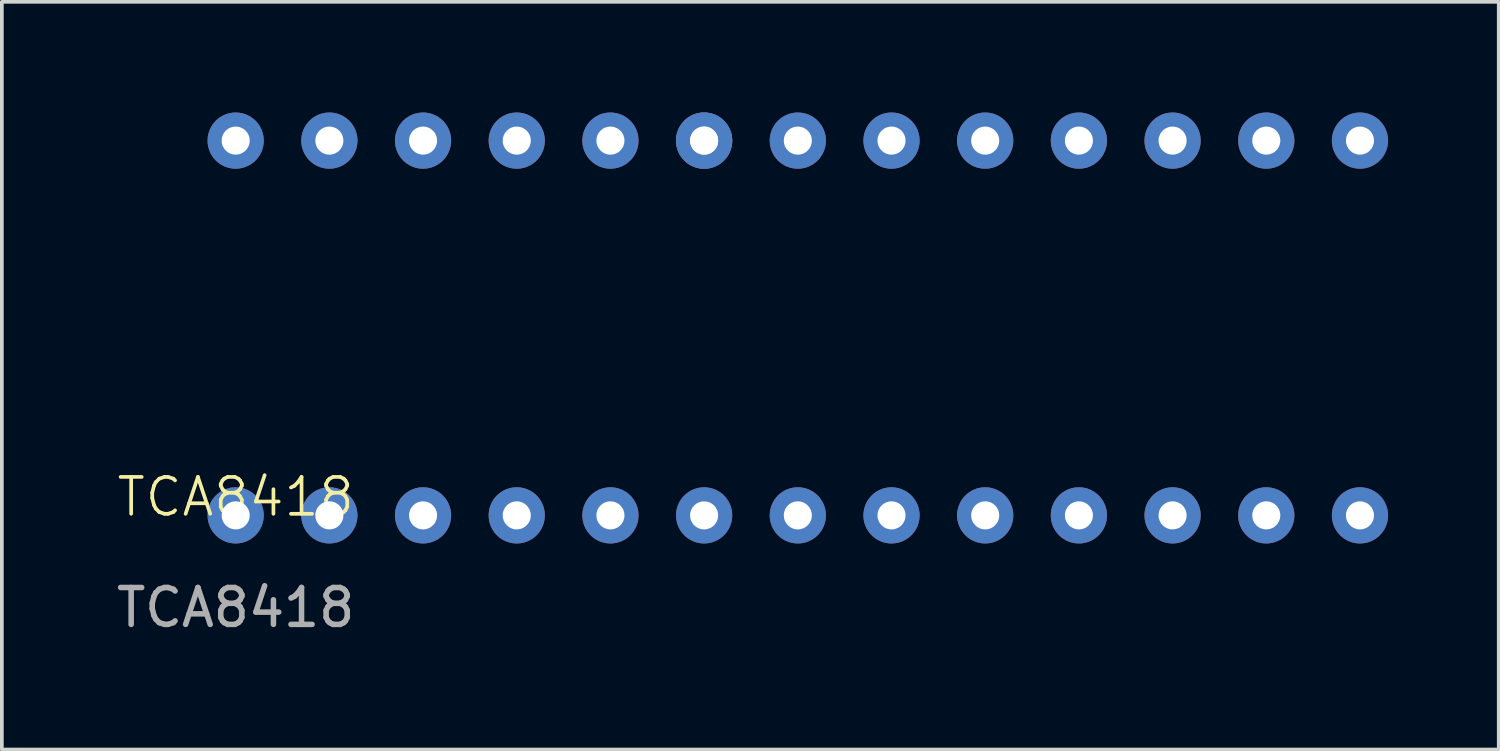
<source format=kicad_pcb>
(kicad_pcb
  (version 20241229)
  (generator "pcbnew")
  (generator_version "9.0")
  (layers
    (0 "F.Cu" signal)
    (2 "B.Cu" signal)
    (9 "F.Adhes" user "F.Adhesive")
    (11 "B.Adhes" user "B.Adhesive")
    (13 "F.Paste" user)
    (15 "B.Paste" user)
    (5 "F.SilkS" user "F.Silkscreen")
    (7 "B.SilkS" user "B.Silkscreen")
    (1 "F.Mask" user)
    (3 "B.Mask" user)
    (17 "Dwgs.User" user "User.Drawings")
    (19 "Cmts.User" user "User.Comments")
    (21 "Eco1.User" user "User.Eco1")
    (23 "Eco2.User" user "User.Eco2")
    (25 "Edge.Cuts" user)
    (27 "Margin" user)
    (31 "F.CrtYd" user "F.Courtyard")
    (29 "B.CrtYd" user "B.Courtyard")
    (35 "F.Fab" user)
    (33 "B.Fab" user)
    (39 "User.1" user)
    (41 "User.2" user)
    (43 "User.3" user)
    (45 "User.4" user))
  (footprint "TCA8418"
    (layer "F.Cu")
    (at 3.339 10.922)
    (property "Reference" "TCA8418" (at 0 -0.5 0) (unlocked yes) (layer "F.SilkS") (effects (font (size 1 1) (thickness 0.1))))
    (attr through_hole)
    (fp_text user "${REFERENCE}" (at 0 2.5 0) (unlocked yes) (layer "F.Fab") (effects (font (size 1 1) (thickness 0.15))))
    (pad "1" thru_hole circle (at 0 0) (size 1.524 1.524) (drill 0.762) (layers "*.Cu" "*.Mask"))
    (pad "2" thru_hole circle (at 2.54 0) (size 1.524 1.524) (drill 0.762) (layers "*.Cu" "*.Mask"))
    (pad "3" thru_hole circle (at 5.08 0) (size 1.524 1.524) (drill 0.762) (layers "*.Cu" "*.Mask"))
    (pad "4" thru_hole circle (at 7.62 0) (size 1.524 1.524) (drill 0.762) (layers "*.Cu" "*.Mask"))
    (pad "5" thru_hole circle (at 10.16 0) (size 1.524 1.524) (drill 0.762) (layers "*.Cu" "*.Mask"))
    (pad "6" thru_hole circle (at 12.7 0) (size 1.524 1.524) (drill 0.762) (layers "*.Cu" "*.Mask"))
    (pad "7" thru_hole circle (at 15.24 0) (size 1.524 1.524) (drill 0.762) (layers "*.Cu" "*.Mask"))
    (pad "8" thru_hole circle (at 17.78 0) (size 1.524 1.524) (drill 0.762) (layers "*.Cu" "*.Mask"))
    (pad "9" thru_hole circle (at 20.32 0) (size 1.524 1.524) (drill 0.762) (layers "*.Cu" "*.Mask"))
    (pad "10" thru_hole circle (at 22.86 0) (size 1.524 1.524) (drill 0.762) (layers "*.Cu" "*.Mask"))
    (pad "11" thru_hole circle (at 25.4 0) (size 1.524 1.524) (drill 0.762) (layers "*.Cu" "*.Mask"))
    (pad "12" thru_hole circle (at 27.94 0) (size 1.524 1.524) (drill 0.762) (layers "*.Cu" "*.Mask"))
    (pad "13" thru_hole circle (at 30.48 0) (size 1.524 1.524) (drill 0.762) (layers "*.Cu" "*.Mask"))
    (pad "14" thru_hole circle (at 0 -10.16) (size 1.524 1.524) (drill 0.762) (layers "*.Cu" "*.Mask"))
    (pad "15" thru_hole circle (at 2.54 -10.16) (size 1.524 1.524) (drill 0.762) (layers "*.Cu" "*.Mask"))
    (pad "16" thru_hole circle (at 5.08 -10.16) (size 1.524 1.524) (drill 0.762) (layers "*.Cu" "*.Mask"))
    (pad "17" thru_hole circle (at 7.62 -10.16) (size 1.524 1.524) (drill 0.762) (layers "*.Cu" "*.Mask"))
    (pad "18" thru_hole circle (at 10.16 -10.16) (size 1.524 1.524) (drill 0.762) (layers "*.Cu" "*.Mask"))
    (pad "19" thru_hole circle (at 12.7 -10.16) (size 1.524 1.524) (drill 0.762) (layers "*.Cu" "*.Mask"))
    (pad "20" thru_hole circle (at 12.7 -10.16) (size 1.524 1.524) (drill 0.762) (layers "*.Cu" "*.Mask"))
    (pad "21" thru_hole circle (at 15.24 -10.16) (size 1.524 1.524) (drill 0.762) (layers "*.Cu" "*.Mask"))
    (pad "22" thru_hole circle (at 17.78 -10.16) (size 1.524 1.524) (drill 0.762) (layers "*.Cu" "*.Mask"))
    (pad "23" thru_hole circle (at 20.32 -10.16) (size 1.524 1.524) (drill 0.762) (layers "*.Cu" "*.Mask"))
    (pad "24" thru_hole circle (at 22.86 -10.16) (size 1.524 1.524) (drill 0.762) (layers "*.Cu" "*.Mask"))
    (pad "25" thru_hole circle (at 25.4 -10.16) (size 1.524 1.524) (drill 0.762) (layers "*.Cu" "*.Mask"))
    (pad "26" thru_hole circle (at 27.94 -10.16) (size 1.524 1.524) (drill 0.762) (layers "*.Cu" "*.Mask"))
    (pad "27" thru_hole circle (at 30.48 -10.16) (size 1.524 1.524) (drill 0.762) (layers "*.Cu" "*.Mask")))
  (gr_rect
    (start -3 -3)
    (end 37.581 17.27)
    (stroke (width 0.1) (type default))
    (fill no)
    (layer "Edge.Cuts")))
</source>
